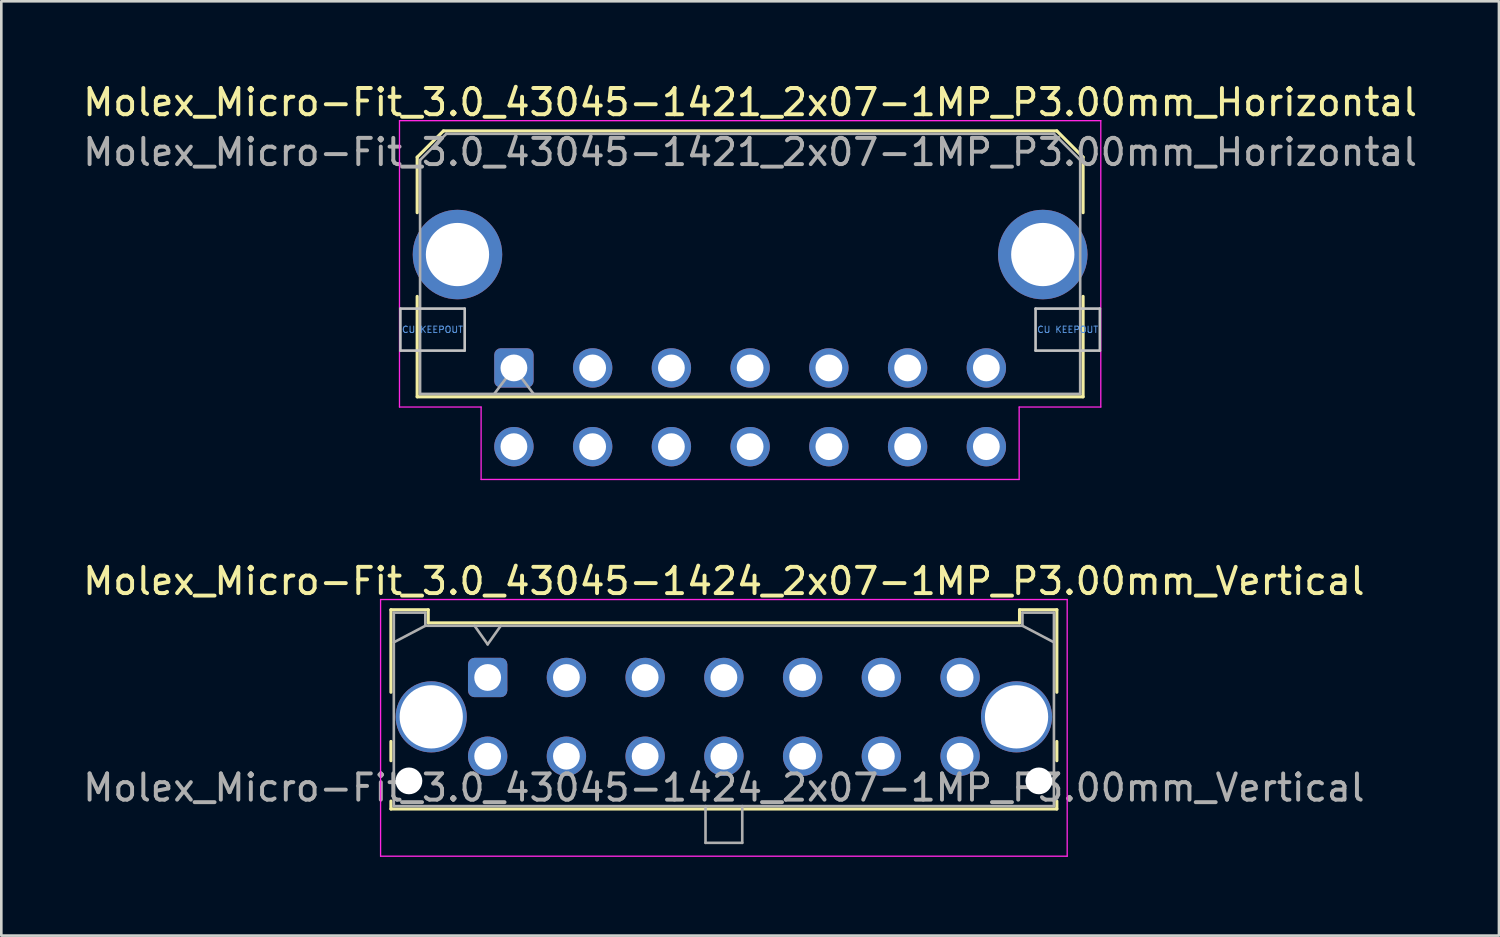
<source format=kicad_pcb>
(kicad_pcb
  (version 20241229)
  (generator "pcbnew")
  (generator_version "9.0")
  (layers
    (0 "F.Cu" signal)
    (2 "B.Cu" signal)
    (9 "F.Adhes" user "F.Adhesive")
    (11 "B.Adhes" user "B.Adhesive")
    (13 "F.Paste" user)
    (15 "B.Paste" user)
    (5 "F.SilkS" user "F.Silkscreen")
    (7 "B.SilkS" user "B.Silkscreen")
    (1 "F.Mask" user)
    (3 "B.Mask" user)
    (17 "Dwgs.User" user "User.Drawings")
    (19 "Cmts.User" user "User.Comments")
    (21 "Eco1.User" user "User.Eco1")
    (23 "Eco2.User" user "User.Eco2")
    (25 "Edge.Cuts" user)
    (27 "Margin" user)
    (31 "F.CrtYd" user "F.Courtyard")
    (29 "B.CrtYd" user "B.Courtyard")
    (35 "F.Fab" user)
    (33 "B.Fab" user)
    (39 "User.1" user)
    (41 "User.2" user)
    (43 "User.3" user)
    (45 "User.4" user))
  (footprint "Molex_Micro-Fit_3.0_43045-1424_2x07-1MP_P3.00mm_Vertical"
    (layer "F.Cu")
    (at 15.53 22.762)
    (property "Reference" "Molex_Micro-Fit_3.0_43045-1424_2x07-1MP_P3.00mm_Vertical" (at 9 -3.67 0) (layer "F.SilkS") (effects (font (size 1 1) (thickness 0.15))))
    (fp_line (start -3.685 -2.58) (end -2.265 -2.58) (stroke (width 0.12) (type solid)) (layer "F.SilkS"))
    (fp_line (start -3.685 0.562) (end -3.685 -2.58) (stroke (width 0.12) (type solid)) (layer "F.SilkS"))
    (fp_line (start -3.685 2.438) (end -3.685 3.17) (stroke (width 0.12) (type solid)) (layer "F.SilkS"))
    (fp_line (start -3.685 4.71) (end -3.685 5.01) (stroke (width 0.12) (type solid)) (layer "F.SilkS"))
    (fp_line (start -3.685 5.01) (end 21.685 5.01) (stroke (width 0.12) (type solid)) (layer "F.SilkS"))
    (fp_line (start -2.265 -2.58) (end -2.265 -2.08) (stroke (width 0.12) (type solid)) (layer "F.SilkS"))
    (fp_line (start -2.265 -2.08) (end 20.265 -2.08) (stroke (width 0.12) (type solid)) (layer "F.SilkS"))
    (fp_line (start 20.265 -2.58) (end 21.685 -2.58) (stroke (width 0.12) (type solid)) (layer "F.SilkS"))
    (fp_line (start 20.265 -2.08) (end 20.265 -2.58) (stroke (width 0.12) (type solid)) (layer "F.SilkS"))
    (fp_line (start 21.685 -2.58) (end 21.685 0.562) (stroke (width 0.12) (type solid)) (layer "F.SilkS"))
    (fp_line (start 21.685 2.438) (end 21.685 3.17) (stroke (width 0.12) (type solid)) (layer "F.SilkS"))
    (fp_line (start 21.685 5.01) (end 21.685 4.71) (stroke (width 0.12) (type solid)) (layer "F.SilkS"))
    (fp_line (start -4.08 -2.97) (end 22.08 -2.97) (stroke (width 0.05) (type solid)) (layer "F.CrtYd"))
    (fp_line (start -4.08 6.81) (end -4.08 -2.97) (stroke (width 0.05) (type solid)) (layer "F.CrtYd"))
    (fp_line (start 22.08 -2.97) (end 22.08 6.81) (stroke (width 0.05) (type solid)) (layer "F.CrtYd"))
    (fp_line (start 22.08 6.81) (end -4.08 6.81) (stroke (width 0.05) (type solid)) (layer "F.CrtYd"))
    (fp_line (start -3.575 -2.47) (end -3.575 4.9) (stroke (width 0.1) (type solid)) (layer "F.Fab"))
    (fp_line (start -3.575 -1.34) (end -2.375 -1.97) (stroke (width 0.1) (type solid)) (layer "F.Fab"))
    (fp_line (start -3.575 4.9) (end 21.575 4.9) (stroke (width 0.1) (type solid)) (layer "F.Fab"))
    (fp_line (start -2.375 -2.47) (end -3.575 -2.47) (stroke (width 0.1) (type solid)) (layer "F.Fab"))
    (fp_line (start -2.375 -1.97) (end -2.375 -2.47) (stroke (width 0.1) (type solid)) (layer "F.Fab"))
    (fp_line (start -0.5 -1.97) (end 0 -1.263) (stroke (width 0.1) (type solid)) (layer "F.Fab"))
    (fp_line (start 0 -1.263) (end 0.5 -1.97) (stroke (width 0.1) (type solid)) (layer "F.Fab"))
    (fp_line (start 8.3 4.9) (end 8.3 6.3) (stroke (width 0.1) (type solid)) (layer "F.Fab"))
    (fp_line (start 8.3 6.3) (end 9.7 6.3) (stroke (width 0.1) (type solid)) (layer "F.Fab"))
    (fp_line (start 9.7 6.3) (end 9.7 4.9) (stroke (width 0.1) (type solid)) (layer "F.Fab"))
    (fp_line (start 20.375 -2.47) (end 20.375 -1.97) (stroke (width 0.1) (type solid)) (layer "F.Fab"))
    (fp_line (start 20.375 -1.97) (end -2.375 -1.97) (stroke (width 0.1) (type solid)) (layer "F.Fab"))
    (fp_line (start 21.575 -2.47) (end 20.375 -2.47) (stroke (width 0.1) (type solid)) (layer "F.Fab"))
    (fp_line (start 21.575 -1.34) (end 20.375 -1.97) (stroke (width 0.1) (type solid)) (layer "F.Fab"))
    (fp_line (start 21.575 4.9) (end 21.575 -2.47) (stroke (width 0.1) (type solid)) (layer "F.Fab"))
    (fp_text user "${REFERENCE}" (at 9 4.2 0) (layer "F.Fab") (effects (font (size 1 1) (thickness 0.15))))
    (pad "" np_thru_hole circle (at -3 3.94) (size 1.02 1.02) (drill 1.02) (layers "*.Cu" "*.Mask"))
    (pad "" np_thru_hole circle (at 21 3.94) (size 1.02 1.02) (drill 1.02) (layers "*.Cu" "*.Mask"))
    (pad "1" thru_hole roundrect (at 0 0) (size 1.5 1.5) (drill 1.02) (layers "*.Cu" "*.Mask") (roundrect_rratio 0.167))
    (pad "2" thru_hole circle (at 3 0) (size 1.5 1.5) (drill 1.02) (layers "*.Cu" "*.Mask"))
    (pad "3" thru_hole circle (at 6 0) (size 1.5 1.5) (drill 1.02) (layers "*.Cu" "*.Mask"))
    (pad "4" thru_hole circle (at 9 0) (size 1.5 1.5) (drill 1.02) (layers "*.Cu" "*.Mask"))
    (pad "5" thru_hole circle (at 12 0) (size 1.5 1.5) (drill 1.02) (layers "*.Cu" "*.Mask"))
    (pad "6" thru_hole circle (at 15 0) (size 1.5 1.5) (drill 1.02) (layers "*.Cu" "*.Mask"))
    (pad "7" thru_hole circle (at 18 0) (size 1.5 1.5) (drill 1.02) (layers "*.Cu" "*.Mask"))
    (pad "8" thru_hole circle (at 0 3) (size 1.5 1.5) (drill 1.02) (layers "*.Cu" "*.Mask"))
    (pad "9" thru_hole circle (at 3 3) (size 1.5 1.5) (drill 1.02) (layers "*.Cu" "*.Mask"))
    (pad "10" thru_hole circle (at 6 3) (size 1.5 1.5) (drill 1.02) (layers "*.Cu" "*.Mask"))
    (pad "11" thru_hole circle (at 9 3) (size 1.5 1.5) (drill 1.02) (layers "*.Cu" "*.Mask"))
    (pad "12" thru_hole circle (at 12 3) (size 1.5 1.5) (drill 1.02) (layers "*.Cu" "*.Mask"))
    (pad "13" thru_hole circle (at 15 3) (size 1.5 1.5) (drill 1.02) (layers "*.Cu" "*.Mask"))
    (pad "14" thru_hole circle (at 18 3) (size 1.5 1.5) (drill 1.02) (layers "*.Cu" "*.Mask"))
    (pad "MP" thru_hole circle (at -2.15 1.5) (size 2.71 2.71) (drill 2.41) (layers "*.Cu" "*.Mask"))
    (pad "MP" thru_hole circle (at 20.15 1.5) (size 2.71 2.71) (drill 2.41) (layers "*.Cu" "*.Mask")))
  (footprint "Molex_Micro-Fit_3.0_43045-1421_2x07-1MP_P3.00mm_Horizontal"
    (layer "F.Cu")
    (at 16.53 10.968)
    (property "Reference" "Molex_Micro-Fit_3.0_43045-1421_2x07-1MP_P3.00mm_Horizontal" (at 9 -10.12 0) (layer "F.SilkS") (effects (font (size 1 1) (thickness 0.15))))
    (attr through_hole)
    (fp_line (start -3.685 -8.03) (end -2.685 -9.03) (stroke (width 0.12) (type solid)) (layer "F.SilkS"))
    (fp_line (start -3.685 -5.915) (end -3.685 -8.03) (stroke (width 0.12) (type solid)) (layer "F.SilkS"))
    (fp_line (start -3.685 -2.725) (end -3.685 1.1) (stroke (width 0.12) (type solid)) (layer "F.SilkS"))
    (fp_line (start -3.685 1.1) (end 21.685 1.1) (stroke (width 0.12) (type solid)) (layer "F.SilkS"))
    (fp_line (start -2.685 -9.03) (end 20.685 -9.03) (stroke (width 0.12) (type solid)) (layer "F.SilkS"))
    (fp_line (start 20.685 -9.03) (end 21.685 -8.03) (stroke (width 0.12) (type solid)) (layer "F.SilkS"))
    (fp_line (start 21.685 -8.03) (end 21.685 -5.915) (stroke (width 0.12) (type solid)) (layer "F.SilkS"))
    (fp_line (start 21.685 1.1) (end 21.685 -2.725) (stroke (width 0.12) (type solid)) (layer "F.SilkS"))
    (fp_line (start -4.325 -2.26) (end -4.325 -0.66) (stroke (width 0.1) (type solid)) (layer "Dwgs.User"))
    (fp_line (start -4.325 -0.66) (end -1.875 -0.66) (stroke (width 0.1) (type solid)) (layer "Dwgs.User"))
    (fp_line (start -1.875 -2.26) (end -4.325 -2.26) (stroke (width 0.1) (type solid)) (layer "Dwgs.User"))
    (fp_line (start -1.875 -0.66) (end -1.875 -2.26) (stroke (width 0.1) (type solid)) (layer "Dwgs.User"))
    (fp_line (start 19.875 -2.26) (end 19.875 -0.66) (stroke (width 0.1) (type solid)) (layer "Dwgs.User"))
    (fp_line (start 19.875 -0.66) (end 22.325 -0.66) (stroke (width 0.1) (type solid)) (layer "Dwgs.User"))
    (fp_line (start 22.325 -2.26) (end 19.875 -2.26) (stroke (width 0.1) (type solid)) (layer "Dwgs.User"))
    (fp_line (start 22.325 -0.66) (end 22.325 -2.26) (stroke (width 0.1) (type solid)) (layer "Dwgs.User"))
    (fp_line (start -4.36 -9.42) (end 22.36 -9.42) (stroke (width 0.05) (type solid)) (layer "F.CrtYd"))
    (fp_line (start -4.36 1.49) (end -4.36 -9.42) (stroke (width 0.05) (type solid)) (layer "F.CrtYd"))
    (fp_line (start -1.25 1.49) (end -4.36 1.49) (stroke (width 0.05) (type solid)) (layer "F.CrtYd"))
    (fp_line (start -1.25 4.25) (end -1.25 1.49) (stroke (width 0.05) (type solid)) (layer "F.CrtYd"))
    (fp_line (start 19.25 1.49) (end 19.25 4.25) (stroke (width 0.05) (type solid)) (layer "F.CrtYd"))
    (fp_line (start 19.25 4.25) (end -1.25 4.25) (stroke (width 0.05) (type solid)) (layer "F.CrtYd"))
    (fp_line (start 22.36 -9.42) (end 22.36 1.49) (stroke (width 0.05) (type solid)) (layer "F.CrtYd"))
    (fp_line (start 22.36 1.49) (end 19.25 1.49) (stroke (width 0.05) (type solid)) (layer "F.CrtYd"))
    (fp_line (start -3.575 -7.92) (end -2.575 -8.92) (stroke (width 0.1) (type solid)) (layer "F.Fab"))
    (fp_line (start -3.575 0.99) (end -3.575 -7.92) (stroke (width 0.1) (type solid)) (layer "F.Fab"))
    (fp_line (start -2.575 -8.92) (end 20.575 -8.92) (stroke (width 0.1) (type solid)) (layer "F.Fab"))
    (fp_line (start -0.75 0.99) (end 0 0) (stroke (width 0.1) (type solid)) (layer "F.Fab"))
    (fp_line (start 0 0) (end 0.75 0.99) (stroke (width 0.1) (type solid)) (layer "F.Fab"))
    (fp_line (start 20.575 -8.92) (end 21.575 -7.92) (stroke (width 0.1) (type solid)) (layer "F.Fab"))
    (fp_line (start 21.575 -7.92) (end 21.575 0.99) (stroke (width 0.1) (type solid)) (layer "F.Fab"))
    (fp_line (start 21.575 0.99) (end -3.575 0.99) (stroke (width 0.1) (type solid)) (layer "F.Fab"))
    (fp_text user "CU KEEPOUT" (at -3.1 -1.46 0) (layer "Cmts.User") (effects (font (size 0.245 0.245) (thickness 0.037))))
    (fp_text user "CU KEEPOUT" (at 21.1 -1.46 0) (layer "Cmts.User") (effects (font (size 0.245 0.245) (thickness 0.037))))
    (fp_text user "${REFERENCE}" (at 9 -8.22 0) (layer "F.Fab") (effects (font (size 1 1) (thickness 0.15))))
    (pad "1" thru_hole roundrect (at 0 0) (size 1.5 1.5) (drill 1.02) (layers "*.Cu" "*.Mask") (roundrect_rratio 0.167))
    (pad "2" thru_hole circle (at 3 0) (size 1.5 1.5) (drill 1.02) (layers "*.Cu" "*.Mask"))
    (pad "3" thru_hole circle (at 6 0) (size 1.5 1.5) (drill 1.02) (layers "*.Cu" "*.Mask"))
    (pad "4" thru_hole circle (at 9 0) (size 1.5 1.5) (drill 1.02) (layers "*.Cu" "*.Mask"))
    (pad "5" thru_hole circle (at 12 0) (size 1.5 1.5) (drill 1.02) (layers "*.Cu" "*.Mask"))
    (pad "6" thru_hole circle (at 15 0) (size 1.5 1.5) (drill 1.02) (layers "*.Cu" "*.Mask"))
    (pad "7" thru_hole circle (at 18 0) (size 1.5 1.5) (drill 1.02) (layers "*.Cu" "*.Mask"))
    (pad "8" thru_hole circle (at 0 3) (size 1.5 1.5) (drill 1.02) (layers "*.Cu" "*.Mask"))
    (pad "9" thru_hole circle (at 3 3) (size 1.5 1.5) (drill 1.02) (layers "*.Cu" "*.Mask"))
    (pad "10" thru_hole circle (at 6 3) (size 1.5 1.5) (drill 1.02) (layers "*.Cu" "*.Mask"))
    (pad "11" thru_hole circle (at 9 3) (size 1.5 1.5) (drill 1.02) (layers "*.Cu" "*.Mask"))
    (pad "12" thru_hole circle (at 12 3) (size 1.5 1.5) (drill 1.02) (layers "*.Cu" "*.Mask"))
    (pad "13" thru_hole circle (at 15 3) (size 1.5 1.5) (drill 1.02) (layers "*.Cu" "*.Mask"))
    (pad "14" thru_hole circle (at 18 3) (size 1.5 1.5) (drill 1.02) (layers "*.Cu" "*.Mask"))
    (pad "MP" thru_hole circle (at -2.15 -4.32) (size 3.41 3.41) (drill 2.41) (layers "*.Cu" "*.Mask"))
    (pad "MP" thru_hole circle (at 20.15 -4.32) (size 3.41 3.41) (drill 2.41) (layers "*.Cu" "*.Mask")))
  (gr_rect
    (start -3 -3)
    (end 54.06 32.596)
    (stroke (width 0.1) (type default))
    (fill no)
    (layer "Edge.Cuts")))
</source>
